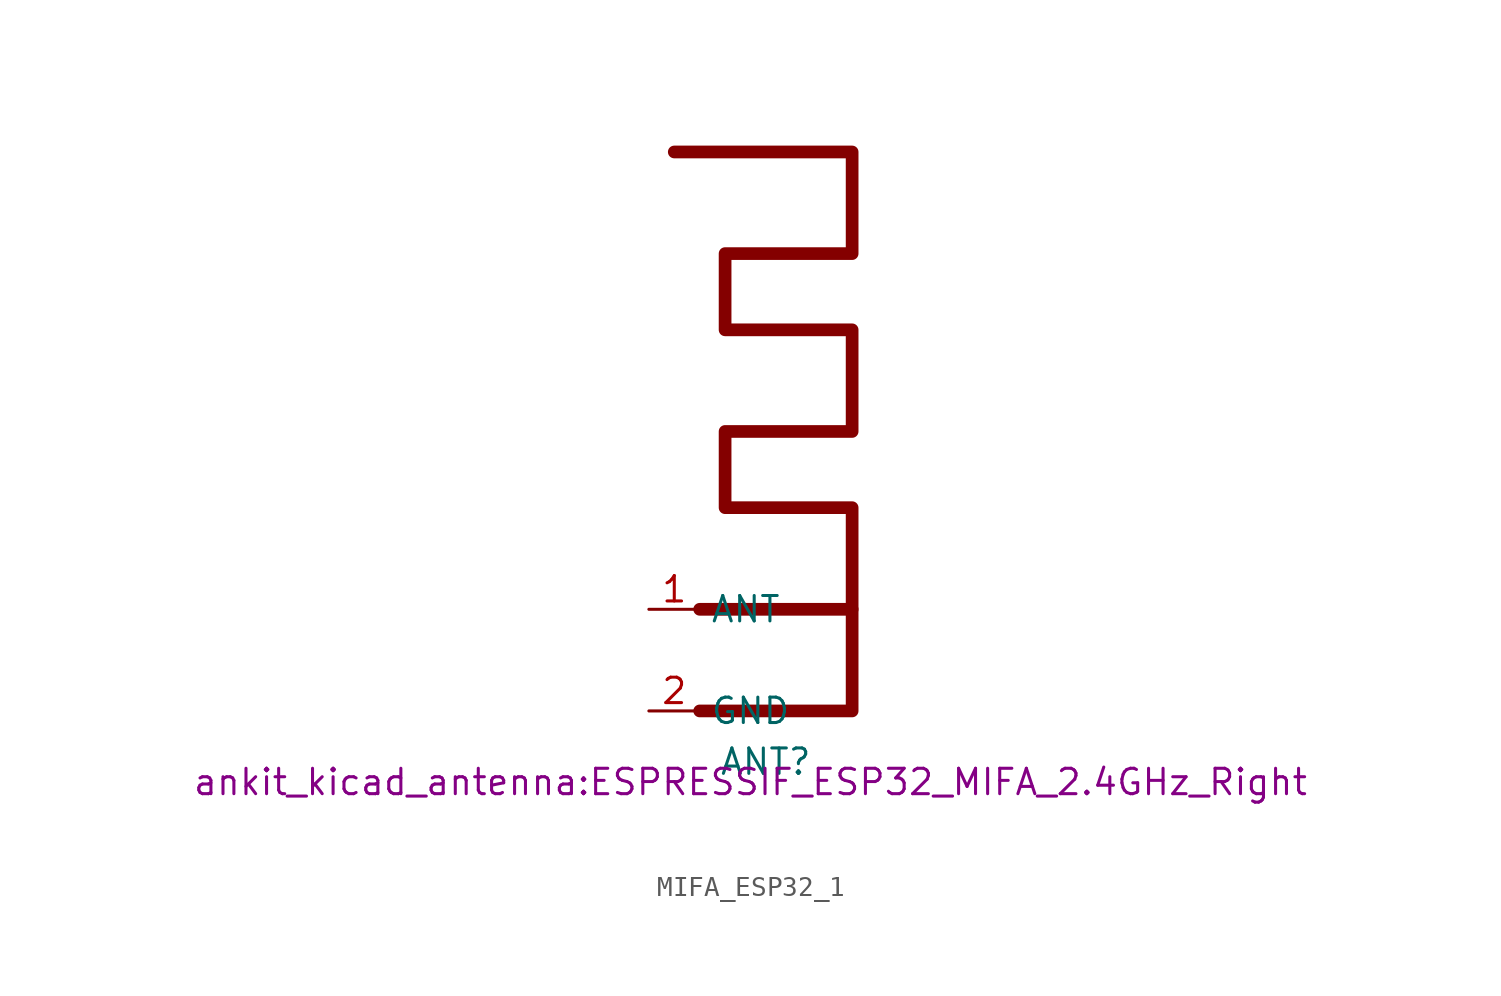
<source format=kicad_sym>
(kicad_symbol_lib
  (version 20231120)
  (generator "kicad_symbol_editor")
  (generator_version "8.0")
  (symbol "MIFA_ESP32_1"
    (property "Reference" "ANT"
      (at 0.762 -1.27 0)
      (effects (font (size 1.27 1.27))))
    (property "Value" ""
      (at 0 -2.286 0)
      (effects (font (size 1.27 1.27))))
    (property "Footprint" "ankit_kicad_antenna:ESPRESSIF_ESP32_MIFA_2.4GHz_Right"
      (at 0 -2.286 0)
      (effects (font (size 1.27 1.27))))
    (symbol "MIFA_ESP32_1_1_1"
      (polyline (pts (xy -2.54 6.35) (xy 5.08 6.35) (xy 5.08 1.27) (xy -2.54 1.27)) (stroke (width 0.635) (type default)) (fill (type none)))
      (polyline (pts (xy 5.08 6.35) (xy 5.08 11.43) (xy -1.27 11.43) (xy -1.27 15.24) (xy 5.08 15.24) (xy 5.08 20.32) (xy -1.27 20.32) (xy -1.27 24.13) (xy 5.08 24.13) (xy 5.08 29.21) (xy -3.81 29.21)) (stroke (width 0.635) (type default)) (fill (type none)))
      (pin input line (at -5.08 6.35 0) (length 2.54) (name "ANT" (effects (font (size 1.27 1.27)))) (number "1" (effects (font (size 1.27 1.27)))))
      (pin input line (at -5.08 1.27 0) (length 2.54) (name "GND" (effects (font (size 1.27 1.27)))) (number "2" (effects (font (size 1.27 1.27))))))))
</source>
